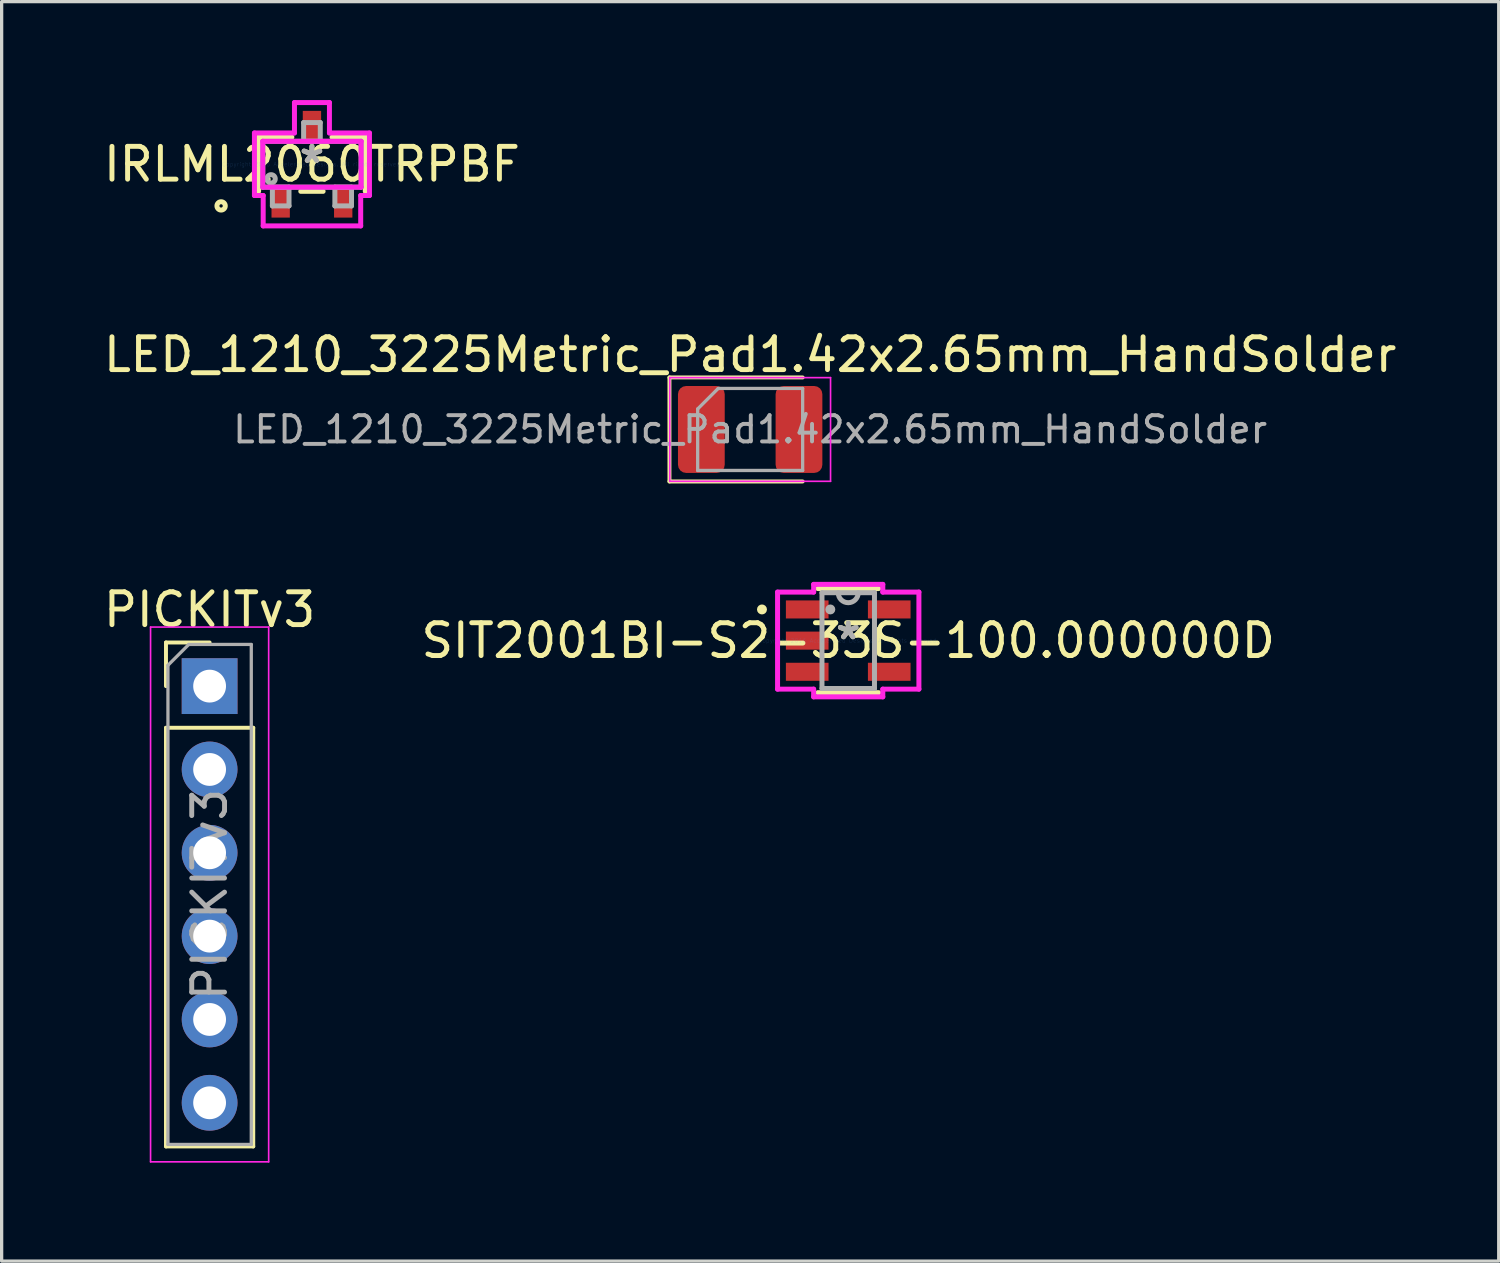
<source format=kicad_pcb>
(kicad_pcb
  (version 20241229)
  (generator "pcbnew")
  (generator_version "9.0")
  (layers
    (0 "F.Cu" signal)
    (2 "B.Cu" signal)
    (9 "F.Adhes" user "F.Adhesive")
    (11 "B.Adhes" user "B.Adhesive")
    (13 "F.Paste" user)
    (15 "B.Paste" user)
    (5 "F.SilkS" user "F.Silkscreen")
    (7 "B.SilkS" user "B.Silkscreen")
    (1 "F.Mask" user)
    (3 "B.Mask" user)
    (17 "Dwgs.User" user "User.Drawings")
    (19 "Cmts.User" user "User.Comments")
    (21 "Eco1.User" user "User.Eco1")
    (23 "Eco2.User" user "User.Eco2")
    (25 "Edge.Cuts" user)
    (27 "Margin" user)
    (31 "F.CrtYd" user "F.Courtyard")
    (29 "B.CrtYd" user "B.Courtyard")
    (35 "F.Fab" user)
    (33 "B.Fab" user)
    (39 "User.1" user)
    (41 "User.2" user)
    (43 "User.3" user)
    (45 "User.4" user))
  (footprint "LED_1210_3225Metric_Pad1.42x2.65mm_HandSolder"
    (layer "F.Cu")
    (at 19.815 10.04)
    (property "Reference" "LED_1210_3225Metric_Pad1.42x2.65mm_HandSolder" (at 0 -2.28 0) (layer "F.SilkS") (effects (font (size 1 1) (thickness 0.15))))
    (attr smd)
    (fp_line (start -2.46 -1.585) (end -2.46 1.585) (stroke (width 0.12) (type solid)) (layer "F.SilkS"))
    (fp_line (start -2.46 1.585) (end 1.6 1.585) (stroke (width 0.12) (type solid)) (layer "F.SilkS"))
    (fp_line (start 1.6 -1.585) (end -2.46 -1.585) (stroke (width 0.12) (type solid)) (layer "F.SilkS"))
    (fp_line (start -2.45 -1.58) (end 2.45 -1.58) (stroke (width 0.05) (type solid)) (layer "F.CrtYd"))
    (fp_line (start -2.45 1.58) (end -2.45 -1.58) (stroke (width 0.05) (type solid)) (layer "F.CrtYd"))
    (fp_line (start 2.45 -1.58) (end 2.45 1.58) (stroke (width 0.05) (type solid)) (layer "F.CrtYd"))
    (fp_line (start 2.45 1.58) (end -2.45 1.58) (stroke (width 0.05) (type solid)) (layer "F.CrtYd"))
    (fp_line (start -1.6 -0.625) (end -1.6 1.25) (stroke (width 0.1) (type solid)) (layer "F.Fab"))
    (fp_line (start -1.6 1.25) (end 1.6 1.25) (stroke (width 0.1) (type solid)) (layer "F.Fab"))
    (fp_line (start -0.975 -1.25) (end -1.6 -0.625) (stroke (width 0.1) (type solid)) (layer "F.Fab"))
    (fp_line (start 1.6 -1.25) (end -0.975 -1.25) (stroke (width 0.1) (type solid)) (layer "F.Fab"))
    (fp_line (start 1.6 1.25) (end 1.6 -1.25) (stroke (width 0.1) (type solid)) (layer "F.Fab"))
    (fp_text user "${REFERENCE}" (at 0 0 0) (layer "F.Fab") (effects (font (size 0.8 0.8) (thickness 0.12))))
    (pad "1" smd roundrect (at -1.488 0) (size 1.425 2.65) (layers "F.Cu" "F.Mask" "F.Paste") (roundrect_rratio 0.175))
    (pad "2" smd roundrect (at 1.488 0) (size 1.425 2.65) (layers "F.Cu" "F.Mask" "F.Paste") (roundrect_rratio 0.175)))
  (footprint "IRLML2060TRPBF"
    (layer "F.Cu")
    (at 6.458 1.956)
    (property "Reference" "IRLML2060TRPBF" (at 0 0 0) (layer "F.SilkS") (effects (font (size 1 1) (thickness 0.15))))
    (attr through_hole)
    (fp_line (start -1.626 -0.826) (end -1.626 0.826) (stroke (width 0.152) (type solid)) (layer "F.SilkS"))
    (fp_line (start -0.612 -0.826) (end -1.626 -0.826) (stroke (width 0.152) (type solid)) (layer "F.SilkS"))
    (fp_line (start -0.34 0.826) (end 0.34 0.826) (stroke (width 0.152) (type solid)) (layer "F.SilkS"))
    (fp_line (start 1.626 -0.826) (end 0.612 -0.826) (stroke (width 0.152) (type solid)) (layer "F.SilkS"))
    (fp_line (start 1.626 0.826) (end 1.626 -0.826) (stroke (width 0.152) (type solid)) (layer "F.SilkS"))
    (fp_circle (center -2.769 1.27) (end -2.642 1.27) (stroke (width 0.152) (type solid)) (fill no) (layer "F.SilkS"))
    (fp_line (start -1.753 -0.953) (end -0.533 -0.953) (stroke (width 0.152) (type solid)) (layer "F.CrtYd"))
    (fp_line (start -1.753 0.953) (end -1.753 -0.953) (stroke (width 0.152) (type solid)) (layer "F.CrtYd"))
    (fp_line (start -1.499 -0.699) (end 1.499 -0.699) (stroke (width 0.152) (type solid)) (layer "F.CrtYd"))
    (fp_line (start -1.499 0.699) (end -1.499 -0.699) (stroke (width 0.152) (type solid)) (layer "F.CrtYd"))
    (fp_line (start -1.486 0.953) (end -1.753 0.953) (stroke (width 0.152) (type solid)) (layer "F.CrtYd"))
    (fp_line (start -1.486 1.88) (end -1.486 0.953) (stroke (width 0.152) (type solid)) (layer "F.CrtYd"))
    (fp_line (start -0.533 -1.88) (end 0.533 -1.88) (stroke (width 0.152) (type solid)) (layer "F.CrtYd"))
    (fp_line (start -0.533 -0.953) (end -0.533 -1.88) (stroke (width 0.152) (type solid)) (layer "F.CrtYd"))
    (fp_line (start 0.533 -1.88) (end 0.533 -0.953) (stroke (width 0.152) (type solid)) (layer "F.CrtYd"))
    (fp_line (start 0.533 -0.953) (end 1.753 -0.953) (stroke (width 0.152) (type solid)) (layer "F.CrtYd"))
    (fp_line (start 1.486 0.953) (end 1.486 1.88) (stroke (width 0.152) (type solid)) (layer "F.CrtYd"))
    (fp_line (start 1.486 1.88) (end -1.486 1.88) (stroke (width 0.152) (type solid)) (layer "F.CrtYd"))
    (fp_line (start 1.499 -0.699) (end 1.499 0.699) (stroke (width 0.152) (type solid)) (layer "F.CrtYd"))
    (fp_line (start 1.499 0.699) (end -1.499 0.699) (stroke (width 0.152) (type solid)) (layer "F.CrtYd"))
    (fp_line (start 1.753 -0.953) (end 1.753 0.953) (stroke (width 0.152) (type solid)) (layer "F.CrtYd"))
    (fp_line (start 1.753 0.953) (end 1.486 0.953) (stroke (width 0.152) (type solid)) (layer "F.CrtYd"))
    (fp_line (start -1.499 -0.699) (end -1.499 0.699) (stroke (width 0.152) (type solid)) (layer "F.Fab"))
    (fp_line (start -1.499 0.699) (end 1.499 0.699) (stroke (width 0.152) (type solid)) (layer "F.Fab"))
    (fp_line (start -1.206 0.699) (end -1.206 1.27) (stroke (width 0.152) (type solid)) (layer "F.Fab"))
    (fp_line (start -1.206 1.27) (end -0.699 1.27) (stroke (width 0.152) (type solid)) (layer "F.Fab"))
    (fp_line (start -0.699 0.699) (end -1.206 0.699) (stroke (width 0.152) (type solid)) (layer "F.Fab"))
    (fp_line (start -0.699 1.27) (end -0.699 0.699) (stroke (width 0.152) (type solid)) (layer "F.Fab"))
    (fp_line (start -0.254 -1.27) (end -0.254 -0.699) (stroke (width 0.152) (type solid)) (layer "F.Fab"))
    (fp_line (start -0.254 -0.699) (end 0.254 -0.699) (stroke (width 0.152) (type solid)) (layer "F.Fab"))
    (fp_line (start 0.254 -1.27) (end -0.254 -1.27) (stroke (width 0.152) (type solid)) (layer "F.Fab"))
    (fp_line (start 0.254 -0.699) (end 0.254 -1.27) (stroke (width 0.152) (type solid)) (layer "F.Fab"))
    (fp_line (start 0.699 0.699) (end 0.699 1.27) (stroke (width 0.152) (type solid)) (layer "F.Fab"))
    (fp_line (start 0.699 1.27) (end 1.206 1.27) (stroke (width 0.152) (type solid)) (layer "F.Fab"))
    (fp_line (start 1.206 0.699) (end 0.699 0.699) (stroke (width 0.152) (type solid)) (layer "F.Fab"))
    (fp_line (start 1.206 1.27) (end 1.206 0.699) (stroke (width 0.152) (type solid)) (layer "F.Fab"))
    (fp_line (start 1.499 -0.699) (end -1.499 -0.699) (stroke (width 0.152) (type solid)) (layer "F.Fab"))
    (fp_line (start 1.499 0.699) (end 1.499 -0.699) (stroke (width 0.152) (type solid)) (layer "F.Fab"))
    (fp_circle (center -1.245 0.445) (end -1.118 0.445) (stroke (width 0.152) (type solid)) (fill no) (layer "F.Fab"))
    (fp_text user "*" (at 0 0 0) (layer "F.SilkS") (effects (font (size 1 1) (thickness 0.15))))
    (fp_text user "Copyright 2016 Accelerated Designs. All rights reserved." (at 0 0 0) (layer "Cmts.User") (effects (font (size 0.127 0.127) (thickness 0.002))))
    (fp_text user "*" (at 0 0 0) (layer "F.Fab") (effects (font (size 1 1) (thickness 0.15))))
    (pad "1" smd rect (at -0.953 1.194) (size 0.559 0.864) (layers "F.Cu" "F.Mask" "F.Paste"))
    (pad "2" smd rect (at 0.953 1.194) (size 0.559 0.864) (layers "F.Cu" "F.Mask" "F.Paste"))
    (pad "3" smd rect (at 0 -1.194) (size 0.559 0.864) (layers "F.Cu" "F.Mask" "F.Paste")))
  (footprint "SIT2001BI-S2-33S-100.000000D"
    (layer "F.Cu")
    (at 22.804 16.476)
    (property "Reference" "SIT2001BI-S2-33S-100.000000D" (at 0 0 0) (layer "F.SilkS") (effects (font (size 1 1) (thickness 0.15))))
    (attr through_hole)
    (fp_line (start -0.927 1.587) (end 0.927 1.587) (stroke (width 0.152) (type solid)) (layer "F.SilkS"))
    (fp_line (start 0.927 -1.587) (end -0.927 -1.587) (stroke (width 0.152) (type solid)) (layer "F.SilkS"))
    (fp_line (start 0.927 0.342) (end 0.927 -0.342) (stroke (width 0.152) (type solid)) (layer "F.SilkS"))
    (fp_circle (center -2.629 -0.95) (end -2.553 -0.95) (stroke (width 0.152) (type solid)) (fill no) (layer "F.SilkS"))
    (fp_line (start -2.154 -1.479) (end -1.054 -1.479) (stroke (width 0.152) (type solid)) (layer "F.CrtYd"))
    (fp_line (start -2.154 1.479) (end -2.154 -1.479) (stroke (width 0.152) (type solid)) (layer "F.CrtYd"))
    (fp_line (start -1.054 -1.714) (end 1.054 -1.714) (stroke (width 0.152) (type solid)) (layer "F.CrtYd"))
    (fp_line (start -1.054 -1.479) (end -1.054 -1.714) (stroke (width 0.152) (type solid)) (layer "F.CrtYd"))
    (fp_line (start -1.054 1.479) (end -2.154 1.479) (stroke (width 0.152) (type solid)) (layer "F.CrtYd"))
    (fp_line (start -1.054 1.714) (end -1.054 1.479) (stroke (width 0.152) (type solid)) (layer "F.CrtYd"))
    (fp_line (start 1.054 -1.714) (end 1.054 -1.479) (stroke (width 0.152) (type solid)) (layer "F.CrtYd"))
    (fp_line (start 1.054 -1.479) (end 2.154 -1.479) (stroke (width 0.152) (type solid)) (layer "F.CrtYd"))
    (fp_line (start 1.054 1.479) (end 1.054 1.714) (stroke (width 0.152) (type solid)) (layer "F.CrtYd"))
    (fp_line (start 1.054 1.714) (end -1.054 1.714) (stroke (width 0.152) (type solid)) (layer "F.CrtYd"))
    (fp_line (start 2.154 -1.479) (end 2.154 1.479) (stroke (width 0.152) (type solid)) (layer "F.CrtYd"))
    (fp_line (start 2.154 1.479) (end 1.054 1.479) (stroke (width 0.152) (type solid)) (layer "F.CrtYd"))
    (fp_line (start -0.8 -1.46) (end -0.8 1.46) (stroke (width 0.152) (type solid)) (layer "F.Fab"))
    (fp_line (start -0.8 1.46) (end 0.8 1.46) (stroke (width 0.152) (type solid)) (layer "F.Fab"))
    (fp_line (start 0.8 -1.46) (end -0.8 -1.46) (stroke (width 0.152) (type solid)) (layer "F.Fab"))
    (fp_line (start 0.8 1.46) (end 0.8 -1.46) (stroke (width 0.152) (type solid)) (layer "F.Fab"))
    (fp_arc (start 0.3048 -1.4605) (mid 0 -1.1557) (end -0.3048 -1.4605) (stroke (width 0.1524) (type solid)) (layer "F.Fab"))
    (fp_circle (center -0.546 -0.95) (end -0.47 -0.95) (stroke (width 0.152) (type solid)) (fill no) (layer "F.Fab"))
    (fp_text user "*" (at 0 0 0) (layer "F.SilkS") (effects (font (size 1 1) (thickness 0.15))))
    (fp_text user "Copyright 2016 Accelerated Designs. All rights reserved." (at 0 0 0) (layer "Cmts.User") (effects (font (size 0.127 0.127) (thickness 0.002))))
    (fp_text user "*" (at 0 0 0) (layer "F.Fab") (effects (font (size 1 1) (thickness 0.15))))
    (pad "1" smd rect (at -1.25 -0.95) (size 1.3 0.55) (layers "F.Cu" "F.Mask" "F.Paste"))
    (pad "2" smd rect (at -1.25 0) (size 1.3 0.55) (layers "F.Cu" "F.Mask" "F.Paste"))
    (pad "3" smd rect (at -1.25 0.95) (size 1.3 0.55) (layers "F.Cu" "F.Mask" "F.Paste"))
    (pad "4" smd rect (at 1.25 0.95) (size 1.3 0.55) (layers "F.Cu" "F.Mask" "F.Paste"))
    (pad "5" smd rect (at 1.25 -0.95) (size 1.3 0.55) (layers "F.Cu" "F.Mask" "F.Paste")))
  (footprint "PICKITv3"
    (layer "F.Cu")
    (at 3.339 17.863)
    (property "Reference" "PICKITv3" (at 0 -2.33 0) (layer "F.SilkS") (effects (font (size 1 1) (thickness 0.15))))
    (attr through_hole)
    (fp_line (start -1.33 -1.33) (end 0 -1.33) (stroke (width 0.12) (type solid)) (layer "F.SilkS"))
    (fp_line (start -1.33 0) (end -1.33 -1.33) (stroke (width 0.12) (type solid)) (layer "F.SilkS"))
    (fp_line (start -1.33 1.27) (end -1.33 14.03) (stroke (width 0.12) (type solid)) (layer "F.SilkS"))
    (fp_line (start -1.33 1.27) (end 1.33 1.27) (stroke (width 0.12) (type solid)) (layer "F.SilkS"))
    (fp_line (start -1.33 14.03) (end 1.33 14.03) (stroke (width 0.12) (type solid)) (layer "F.SilkS"))
    (fp_line (start 1.33 1.27) (end 1.33 14.03) (stroke (width 0.12) (type solid)) (layer "F.SilkS"))
    (fp_line (start -1.8 -1.8) (end -1.8 14.5) (stroke (width 0.05) (type solid)) (layer "F.CrtYd"))
    (fp_line (start -1.8 14.5) (end 1.8 14.5) (stroke (width 0.05) (type solid)) (layer "F.CrtYd"))
    (fp_line (start 1.8 -1.8) (end -1.8 -1.8) (stroke (width 0.05) (type solid)) (layer "F.CrtYd"))
    (fp_line (start 1.8 14.5) (end 1.8 -1.8) (stroke (width 0.05) (type solid)) (layer "F.CrtYd"))
    (fp_line (start -1.27 -0.635) (end -0.635 -1.27) (stroke (width 0.1) (type solid)) (layer "F.Fab"))
    (fp_line (start -1.27 13.97) (end -1.27 -0.635) (stroke (width 0.1) (type solid)) (layer "F.Fab"))
    (fp_line (start -0.635 -1.27) (end 1.27 -1.27) (stroke (width 0.1) (type solid)) (layer "F.Fab"))
    (fp_line (start 1.27 -1.27) (end 1.27 13.97) (stroke (width 0.1) (type solid)) (layer "F.Fab"))
    (fp_line (start 1.27 13.97) (end -1.27 13.97) (stroke (width 0.1) (type solid)) (layer "F.Fab"))
    (fp_text user "${REFERENCE}" (at 0 6.35 90) (layer "F.Fab") (effects (font (size 1 1) (thickness 0.15))))
    (pad "GND" thru_hole oval (at 0 5.08) (size 1.7 1.7) (drill 1) (layers "*.Cu" "*.Mask"))
    (pad "MCLR" thru_hole rect (at 0 0) (size 1.7 1.7) (drill 1) (layers "*.Cu" "*.Mask"))
    (pad "NC" thru_hole oval (at 0 12.7) (size 1.7 1.7) (drill 1) (layers "*.Cu" "*.Mask"))
    (pad "PGC" thru_hole oval (at 0 10.16) (size 1.7 1.7) (drill 1) (layers "*.Cu" "*.Mask"))
    (pad "PGD" thru_hole oval (at 0 7.62) (size 1.7 1.7) (drill 1) (layers "*.Cu" "*.Mask"))
    (pad "VCC" thru_hole oval (at 0 2.54) (size 1.7 1.7) (drill 1) (layers "*.Cu" "*.Mask")))
  (gr_rect
    (start -3 -3)
    (end 42.631 35.388)
    (stroke (width 0.1) (type default))
    (fill no)
    (layer "Edge.Cuts")))
</source>
